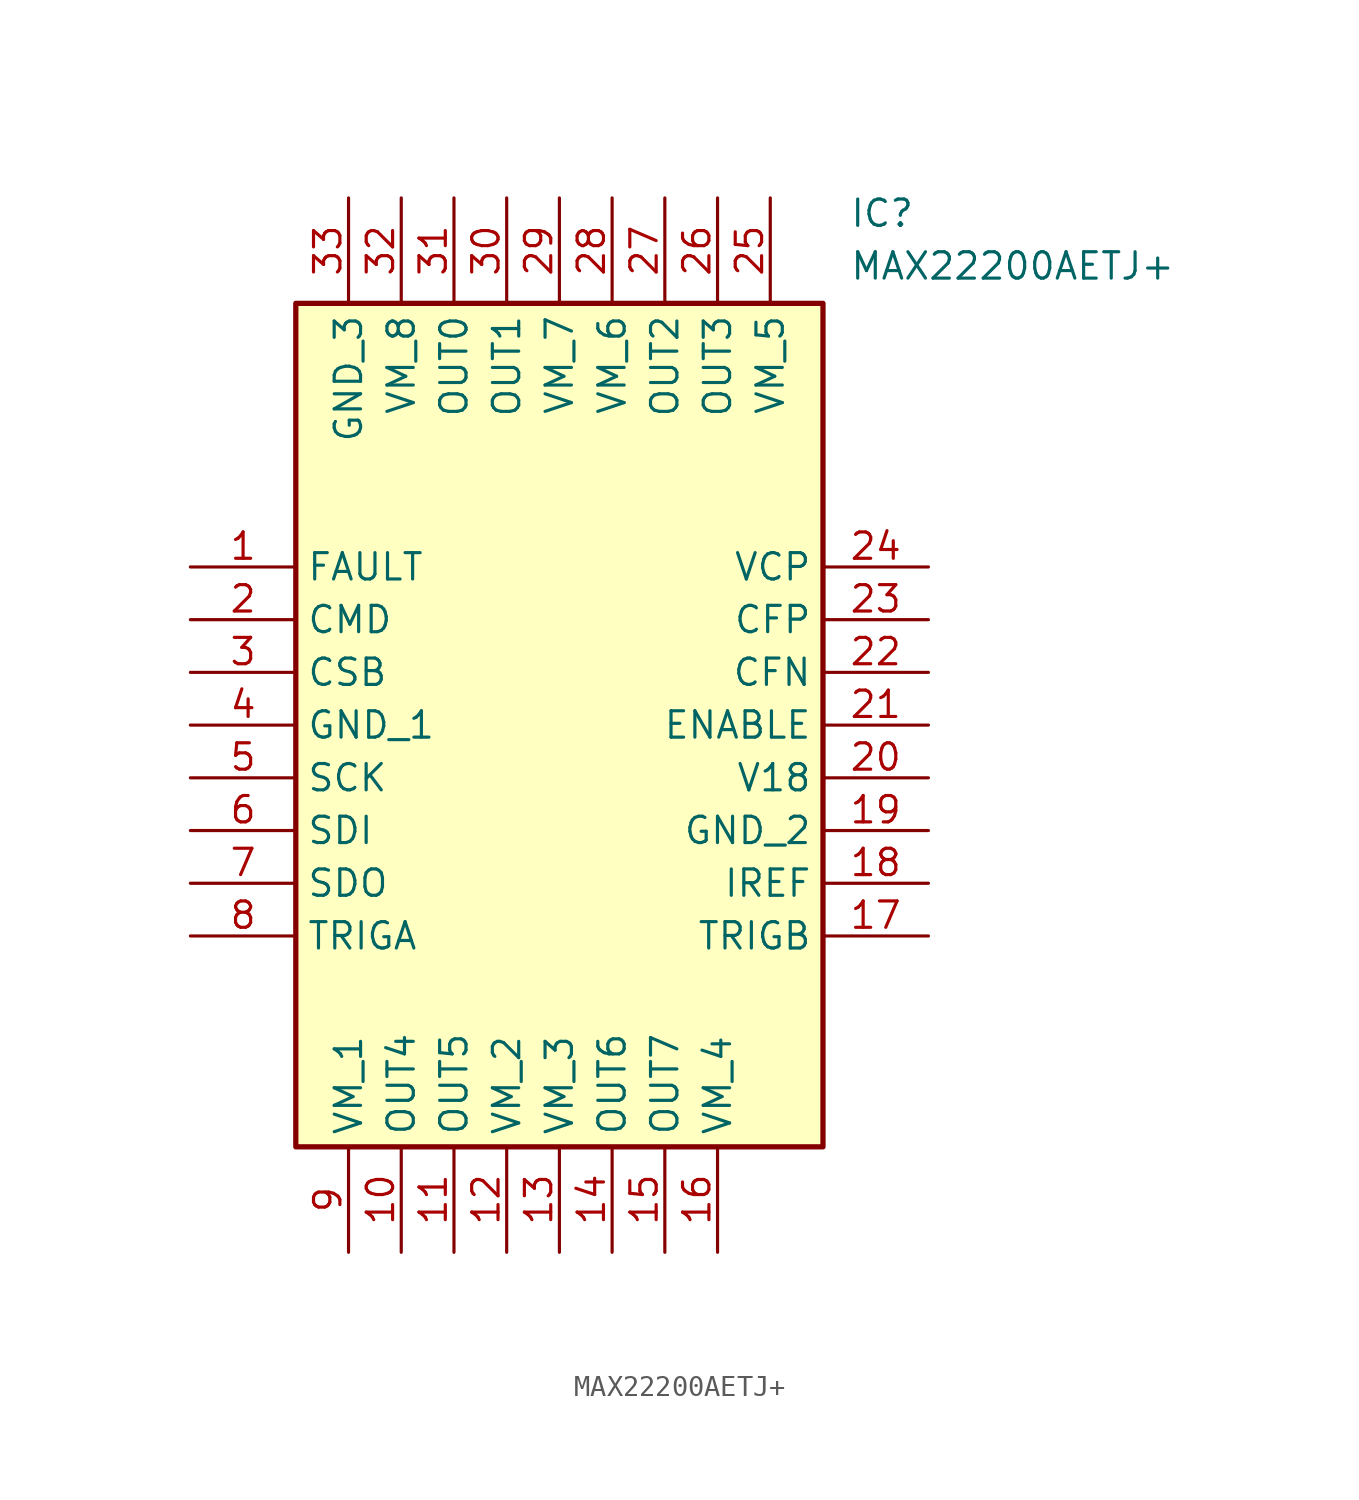
<source format=kicad_sym>
(kicad_symbol_lib
  (version 20211014)
  (generator SamacSys_ECAD_Model)
  (symbol "MAX22200AETJ+"
    (property "Reference" "IC"
      (at 31.75 17.78 0)
      (effects (font (size 1.27 1.27)) (justify left top)))
    (property "Value" "MAX22200AETJ+"
      (at 31.75 15.24 0)
      (effects (font (size 1.27 1.27)) (justify left top)))
    (rectangle
      (start 5.08 12.7)
      (end 30.48 -27.94)
      (stroke (width 0.254) (type default))
      (fill (type background)))
    (pin passive line
      (at 0 0 0)
      (length 5.08)
      (name "FAULT" (effects (font (size 1.27 1.27))))
      (number "1" (effects (font (size 1.27 1.27)))))
    (pin passive line
      (at 0 -2.54 0)
      (length 5.08)
      (name "CMD" (effects (font (size 1.27 1.27))))
      (number "2" (effects (font (size 1.27 1.27)))))
    (pin passive line
      (at 0 -5.08 0)
      (length 5.08)
      (name "CSB" (effects (font (size 1.27 1.27))))
      (number "3" (effects (font (size 1.27 1.27)))))
    (pin passive line
      (at 0 -7.62 0)
      (length 5.08)
      (name "GND_1" (effects (font (size 1.27 1.27))))
      (number "4" (effects (font (size 1.27 1.27)))))
    (pin passive line
      (at 0 -10.16 0)
      (length 5.08)
      (name "SCK" (effects (font (size 1.27 1.27))))
      (number "5" (effects (font (size 1.27 1.27)))))
    (pin passive line
      (at 0 -12.7 0)
      (length 5.08)
      (name "SDI" (effects (font (size 1.27 1.27))))
      (number "6" (effects (font (size 1.27 1.27)))))
    (pin passive line
      (at 0 -15.24 0)
      (length 5.08)
      (name "SDO" (effects (font (size 1.27 1.27))))
      (number "7" (effects (font (size 1.27 1.27)))))
    (pin passive line
      (at 0 -17.78 0)
      (length 5.08)
      (name "TRIGA" (effects (font (size 1.27 1.27))))
      (number "8" (effects (font (size 1.27 1.27)))))
    (pin passive line
      (at 7.62 -33.02 90)
      (length 5.08)
      (name "VM_1" (effects (font (size 1.27 1.27))))
      (number "9" (effects (font (size 1.27 1.27)))))
    (pin passive line
      (at 10.16 -33.02 90)
      (length 5.08)
      (name "OUT4" (effects (font (size 1.27 1.27))))
      (number "10" (effects (font (size 1.27 1.27)))))
    (pin passive line
      (at 12.7 -33.02 90)
      (length 5.08)
      (name "OUT5" (effects (font (size 1.27 1.27))))
      (number "11" (effects (font (size 1.27 1.27)))))
    (pin passive line
      (at 15.24 -33.02 90)
      (length 5.08)
      (name "VM_2" (effects (font (size 1.27 1.27))))
      (number "12" (effects (font (size 1.27 1.27)))))
    (pin passive line
      (at 17.78 -33.02 90)
      (length 5.08)
      (name "VM_3" (effects (font (size 1.27 1.27))))
      (number "13" (effects (font (size 1.27 1.27)))))
    (pin passive line
      (at 20.32 -33.02 90)
      (length 5.08)
      (name "OUT6" (effects (font (size 1.27 1.27))))
      (number "14" (effects (font (size 1.27 1.27)))))
    (pin passive line
      (at 22.86 -33.02 90)
      (length 5.08)
      (name "OUT7" (effects (font (size 1.27 1.27))))
      (number "15" (effects (font (size 1.27 1.27)))))
    (pin passive line
      (at 25.4 -33.02 90)
      (length 5.08)
      (name "VM_4" (effects (font (size 1.27 1.27))))
      (number "16" (effects (font (size 1.27 1.27)))))
    (pin passive line
      (at 35.56 0 180)
      (length 5.08)
      (name "VCP" (effects (font (size 1.27 1.27))))
      (number "24" (effects (font (size 1.27 1.27)))))
    (pin passive line
      (at 35.56 -2.54 180)
      (length 5.08)
      (name "CFP" (effects (font (size 1.27 1.27))))
      (number "23" (effects (font (size 1.27 1.27)))))
    (pin passive line
      (at 35.56 -5.08 180)
      (length 5.08)
      (name "CFN" (effects (font (size 1.27 1.27))))
      (number "22" (effects (font (size 1.27 1.27)))))
    (pin passive line
      (at 35.56 -7.62 180)
      (length 5.08)
      (name "ENABLE" (effects (font (size 1.27 1.27))))
      (number "21" (effects (font (size 1.27 1.27)))))
    (pin passive line
      (at 35.56 -10.16 180)
      (length 5.08)
      (name "V18" (effects (font (size 1.27 1.27))))
      (number "20" (effects (font (size 1.27 1.27)))))
    (pin passive line
      (at 35.56 -12.7 180)
      (length 5.08)
      (name "GND_2" (effects (font (size 1.27 1.27))))
      (number "19" (effects (font (size 1.27 1.27)))))
    (pin passive line
      (at 35.56 -15.24 180)
      (length 5.08)
      (name "IREF" (effects (font (size 1.27 1.27))))
      (number "18" (effects (font (size 1.27 1.27)))))
    (pin passive line
      (at 35.56 -17.78 180)
      (length 5.08)
      (name "TRIGB" (effects (font (size 1.27 1.27))))
      (number "17" (effects (font (size 1.27 1.27)))))
    (pin passive line
      (at 7.62 17.78 270)
      (length 5.08)
      (name "GND_3" (effects (font (size 1.27 1.27))))
      (number "33" (effects (font (size 1.27 1.27)))))
    (pin passive line
      (at 10.16 17.78 270)
      (length 5.08)
      (name "VM_8" (effects (font (size 1.27 1.27))))
      (number "32" (effects (font (size 1.27 1.27)))))
    (pin passive line
      (at 12.7 17.78 270)
      (length 5.08)
      (name "OUT0" (effects (font (size 1.27 1.27))))
      (number "31" (effects (font (size 1.27 1.27)))))
    (pin passive line
      (at 15.24 17.78 270)
      (length 5.08)
      (name "OUT1" (effects (font (size 1.27 1.27))))
      (number "30" (effects (font (size 1.27 1.27)))))
    (pin passive line
      (at 17.78 17.78 270)
      (length 5.08)
      (name "VM_7" (effects (font (size 1.27 1.27))))
      (number "29" (effects (font (size 1.27 1.27)))))
    (pin passive line
      (at 20.32 17.78 270)
      (length 5.08)
      (name "VM_6" (effects (font (size 1.27 1.27))))
      (number "28" (effects (font (size 1.27 1.27)))))
    (pin passive line
      (at 22.86 17.78 270)
      (length 5.08)
      (name "OUT2" (effects (font (size 1.27 1.27))))
      (number "27" (effects (font (size 1.27 1.27)))))
    (pin passive line
      (at 25.4 17.78 270)
      (length 5.08)
      (name "OUT3" (effects (font (size 1.27 1.27))))
      (number "26" (effects (font (size 1.27 1.27)))))
    (pin passive line
      (at 27.94 17.78 270)
      (length 5.08)
      (name "VM_5" (effects (font (size 1.27 1.27))))
      (number "25" (effects (font (size 1.27 1.27)))))))
</source>
